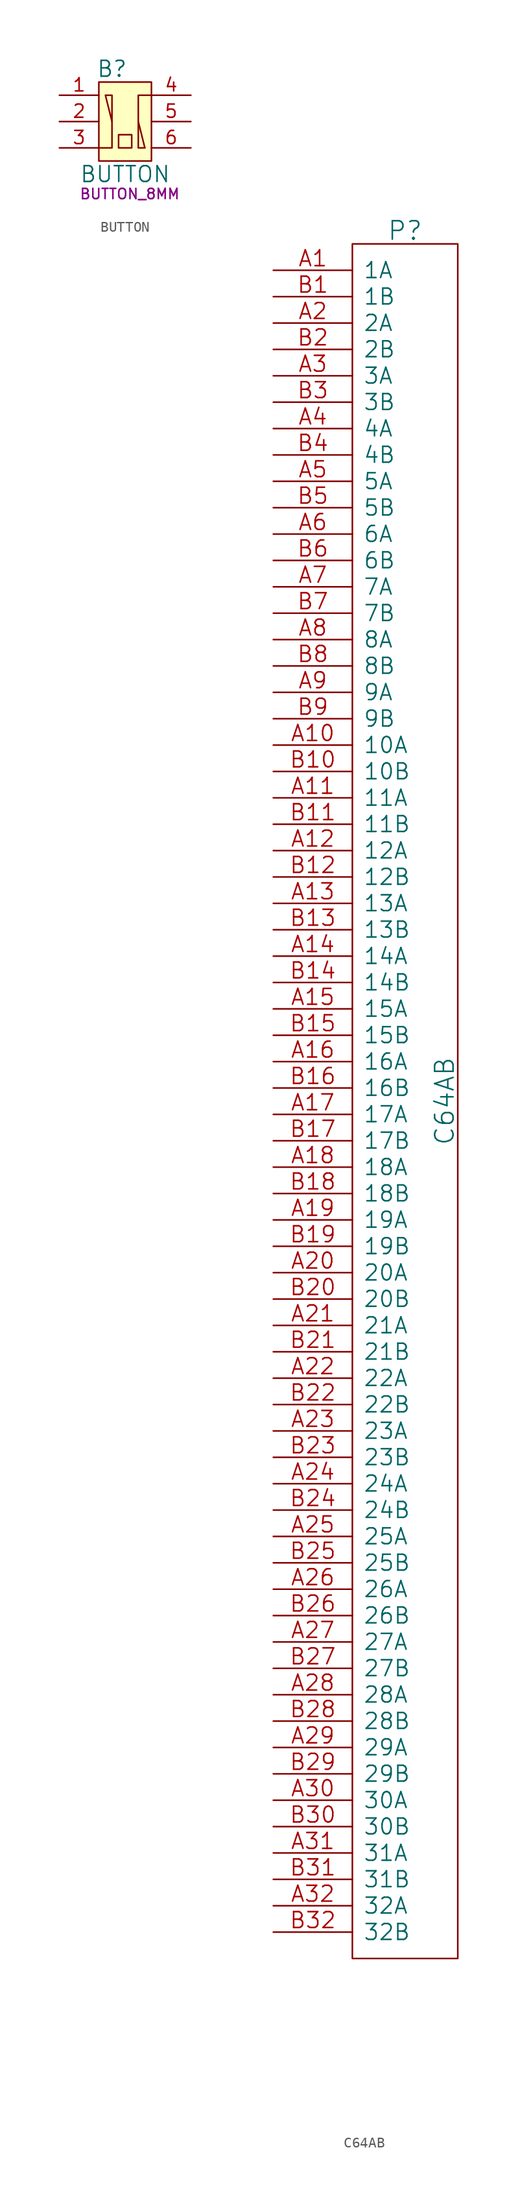
<source format=kicad_sym>
(kicad_symbol_lib
  (version 20220914)
  (generator kicad_symbol_editor)
  (symbol "BUTTON"
    (pin_names
      (offset 1.016))
    (property "Reference" "B"
      (at -1.27 5.08 0)
      (effects (font (size 1.524 1.524))))
    (property "Value" "BUTTON"
      (at 0 -5.08 0)
      (effects (font (size 1.524 1.524))))
    (property "Footprint" "BUTTON_8MM"
      (at -4.445 -6.985 0)
      (effects (font (size 0.991 0.991)) (justify left)))
    (symbol "BUTTON_0_1"
      (rectangle (start -2.54 3.81) (end 2.54 -3.81) (stroke (width 0) (type default)) (fill (type background)))
      (rectangle (start -0.635 -1.27) (end 0.635 -2.54) (stroke (width 0) (type default)) (fill (type none)))
      (polyline (pts (xy 1.905 -2.54) (xy 1.27 0)) (stroke (width 0) (type default)) (fill (type none)))
      (polyline (pts (xy -2.54 -2.54) (xy -1.27 -2.54) (xy -1.27 0)) (stroke (width 0) (type default)) (fill (type none)))
      (polyline (pts (xy -1.27 0) (xy -1.27 2.54) (xy -1.905 2.54) (xy -1.27 0)) (stroke (width 0) (type default)) (fill (type none)))
      (polyline (pts (xy 2.54 2.54) (xy 1.27 2.54) (xy 1.27 0) (xy 1.27 -2.54) (xy 1.905 -2.54)) (stroke (width 0) (type default)) (fill (type none))))
    (symbol "BUTTON_1_1"
      (pin bidirectional line (at -6.35 2.54 0) (length 3.81) (name "~" (effects (font (size 1.27 1.27)))) (number "1" (effects (font (size 1.27 1.27)))))
      (pin bidirectional line (at -6.35 0 0) (length 3.81) (name "~" (effects (font (size 1.27 1.27)))) (number "2" (effects (font (size 1.27 1.27)))))
      (pin bidirectional line (at -6.35 -2.54 0) (length 3.81) (name "~" (effects (font (size 1.27 1.27)))) (number "3" (effects (font (size 1.27 1.27)))))
      (pin bidirectional line (at 6.35 2.54 180) (length 3.81) (name "~" (effects (font (size 1.27 1.27)))) (number "4" (effects (font (size 1.27 1.27)))))
      (pin bidirectional line (at 6.35 0 180) (length 3.81) (name "~" (effects (font (size 1.27 1.27)))) (number "5" (effects (font (size 1.27 1.27)))))
      (pin bidirectional line (at 6.35 -2.54 180) (length 3.81) (name "~" (effects (font (size 1.27 1.27)))) (number "6" (effects (font (size 1.27 1.27)))))))
  (symbol "C64AB"
    (pin_names
      (offset 1.016))
    (property "Reference" "P"
      (at 0 83.82 0)
      (effects (font (size 1.778 1.778))))
    (property "Value" "C64AB"
      (at 3.81 0 90)
      (effects (font (size 1.778 1.778))))
    (property "Footprint" ""
      (at 0 0 0)
      (effects (font (size 1.524 1.524))))
    (property "Datasheet" ""
      (at 0 0 0)
      (effects (font (size 1.524 1.524))))
    (symbol "C64AB_0_1"
      (rectangle (start -5.08 -82.55) (end 5.08 82.55) (stroke (width 0) (type default)) (fill (type none))))
    (symbol "C64AB_1_1"
      (pin passive line (at -12.7 80.01 0) (length 7.62) (name "1A" (effects (font (size 1.524 1.524)))) (number "A1" (effects (font (size 1.524 1.524)))))
      (pin passive line (at -12.7 34.29 0) (length 7.62) (name "10A" (effects (font (size 1.524 1.524)))) (number "A10" (effects (font (size 1.524 1.524)))))
      (pin passive line (at -12.7 29.21 0) (length 7.62) (name "11A" (effects (font (size 1.524 1.524)))) (number "A11" (effects (font (size 1.524 1.524)))))
      (pin passive line (at -12.7 24.13 0) (length 7.62) (name "12A" (effects (font (size 1.524 1.524)))) (number "A12" (effects (font (size 1.524 1.524)))))
      (pin passive line (at -12.7 19.05 0) (length 7.62) (name "13A" (effects (font (size 1.524 1.524)))) (number "A13" (effects (font (size 1.524 1.524)))))
      (pin passive line (at -12.7 13.97 0) (length 7.62) (name "14A" (effects (font (size 1.524 1.524)))) (number "A14" (effects (font (size 1.524 1.524)))))
      (pin passive line (at -12.7 8.89 0) (length 7.62) (name "15A" (effects (font (size 1.524 1.524)))) (number "A15" (effects (font (size 1.524 1.524)))))
      (pin passive line (at -12.7 3.81 0) (length 7.62) (name "16A" (effects (font (size 1.524 1.524)))) (number "A16" (effects (font (size 1.524 1.524)))))
      (pin passive line (at -12.7 -1.27 0) (length 7.62) (name "17A" (effects (font (size 1.524 1.524)))) (number "A17" (effects (font (size 1.524 1.524)))))
      (pin passive line (at -12.7 -6.35 0) (length 7.62) (name "18A" (effects (font (size 1.524 1.524)))) (number "A18" (effects (font (size 1.524 1.524)))))
      (pin passive line (at -12.7 -11.43 0) (length 7.62) (name "19A" (effects (font (size 1.524 1.524)))) (number "A19" (effects (font (size 1.524 1.524)))))
      (pin passive line (at -12.7 74.93 0) (length 7.62) (name "2A" (effects (font (size 1.524 1.524)))) (number "A2" (effects (font (size 1.524 1.524)))))
      (pin passive line (at -12.7 -16.51 0) (length 7.62) (name "20A" (effects (font (size 1.524 1.524)))) (number "A20" (effects (font (size 1.524 1.524)))))
      (pin passive line (at -12.7 -21.59 0) (length 7.62) (name "21A" (effects (font (size 1.524 1.524)))) (number "A21" (effects (font (size 1.524 1.524)))))
      (pin passive line (at -12.7 -26.67 0) (length 7.62) (name "22A" (effects (font (size 1.524 1.524)))) (number "A22" (effects (font (size 1.524 1.524)))))
      (pin passive line (at -12.7 -31.75 0) (length 7.62) (name "23A" (effects (font (size 1.524 1.524)))) (number "A23" (effects (font (size 1.524 1.524)))))
      (pin passive line (at -12.7 -36.83 0) (length 7.62) (name "24A" (effects (font (size 1.524 1.524)))) (number "A24" (effects (font (size 1.524 1.524)))))
      (pin passive line (at -12.7 -41.91 0) (length 7.62) (name "25A" (effects (font (size 1.524 1.524)))) (number "A25" (effects (font (size 1.524 1.524)))))
      (pin passive line (at -12.7 -46.99 0) (length 7.62) (name "26A" (effects (font (size 1.524 1.524)))) (number "A26" (effects (font (size 1.524 1.524)))))
      (pin passive line (at -12.7 -52.07 0) (length 7.62) (name "27A" (effects (font (size 1.524 1.524)))) (number "A27" (effects (font (size 1.524 1.524)))))
      (pin passive line (at -12.7 -57.15 0) (length 7.62) (name "28A" (effects (font (size 1.524 1.524)))) (number "A28" (effects (font (size 1.524 1.524)))))
      (pin passive line (at -12.7 -62.23 0) (length 7.62) (name "29A" (effects (font (size 1.524 1.524)))) (number "A29" (effects (font (size 1.524 1.524)))))
      (pin passive line (at -12.7 69.85 0) (length 7.62) (name "3A" (effects (font (size 1.524 1.524)))) (number "A3" (effects (font (size 1.524 1.524)))))
      (pin passive line (at -12.7 -67.31 0) (length 7.62) (name "30A" (effects (font (size 1.524 1.524)))) (number "A30" (effects (font (size 1.524 1.524)))))
      (pin passive line (at -12.7 -72.39 0) (length 7.62) (name "31A" (effects (font (size 1.524 1.524)))) (number "A31" (effects (font (size 1.524 1.524)))))
      (pin passive line (at -12.7 -77.47 0) (length 7.62) (name "32A" (effects (font (size 1.524 1.524)))) (number "A32" (effects (font (size 1.524 1.524)))))
      (pin passive line (at -12.7 64.77 0) (length 7.62) (name "4A" (effects (font (size 1.524 1.524)))) (number "A4" (effects (font (size 1.524 1.524)))))
      (pin passive line (at -12.7 59.69 0) (length 7.62) (name "5A" (effects (font (size 1.524 1.524)))) (number "A5" (effects (font (size 1.524 1.524)))))
      (pin passive line (at -12.7 54.61 0) (length 7.62) (name "6A" (effects (font (size 1.524 1.524)))) (number "A6" (effects (font (size 1.524 1.524)))))
      (pin passive line (at -12.7 49.53 0) (length 7.62) (name "7A" (effects (font (size 1.524 1.524)))) (number "A7" (effects (font (size 1.524 1.524)))))
      (pin passive line (at -12.7 44.45 0) (length 7.62) (name "8A" (effects (font (size 1.524 1.524)))) (number "A8" (effects (font (size 1.524 1.524)))))
      (pin passive line (at -12.7 39.37 0) (length 7.62) (name "9A" (effects (font (size 1.524 1.524)))) (number "A9" (effects (font (size 1.524 1.524)))))
      (pin passive line (at -12.7 77.47 0) (length 7.62) (name "1B" (effects (font (size 1.524 1.524)))) (number "B1" (effects (font (size 1.524 1.524)))))
      (pin passive line (at -12.7 31.75 0) (length 7.62) (name "10B" (effects (font (size 1.524 1.524)))) (number "B10" (effects (font (size 1.524 1.524)))))
      (pin passive line (at -12.7 26.67 0) (length 7.62) (name "11B" (effects (font (size 1.524 1.524)))) (number "B11" (effects (font (size 1.524 1.524)))))
      (pin passive line (at -12.7 21.59 0) (length 7.62) (name "12B" (effects (font (size 1.524 1.524)))) (number "B12" (effects (font (size 1.524 1.524)))))
      (pin passive line (at -12.7 16.51 0) (length 7.62) (name "13B" (effects (font (size 1.524 1.524)))) (number "B13" (effects (font (size 1.524 1.524)))))
      (pin passive line (at -12.7 11.43 0) (length 7.62) (name "14B" (effects (font (size 1.524 1.524)))) (number "B14" (effects (font (size 1.524 1.524)))))
      (pin passive line (at -12.7 6.35 0) (length 7.62) (name "15B" (effects (font (size 1.524 1.524)))) (number "B15" (effects (font (size 1.524 1.524)))))
      (pin passive line (at -12.7 1.27 0) (length 7.62) (name "16B" (effects (font (size 1.524 1.524)))) (number "B16" (effects (font (size 1.524 1.524)))))
      (pin passive line (at -12.7 -3.81 0) (length 7.62) (name "17B" (effects (font (size 1.524 1.524)))) (number "B17" (effects (font (size 1.524 1.524)))))
      (pin passive line (at -12.7 -8.89 0) (length 7.62) (name "18B" (effects (font (size 1.524 1.524)))) (number "B18" (effects (font (size 1.524 1.524)))))
      (pin passive line (at -12.7 -13.97 0) (length 7.62) (name "19B" (effects (font (size 1.524 1.524)))) (number "B19" (effects (font (size 1.524 1.524)))))
      (pin passive line (at -12.7 72.39 0) (length 7.62) (name "2B" (effects (font (size 1.524 1.524)))) (number "B2" (effects (font (size 1.524 1.524)))))
      (pin passive line (at -12.7 -19.05 0) (length 7.62) (name "20B" (effects (font (size 1.524 1.524)))) (number "B20" (effects (font (size 1.524 1.524)))))
      (pin passive line (at -12.7 -24.13 0) (length 7.62) (name "21B" (effects (font (size 1.524 1.524)))) (number "B21" (effects (font (size 1.524 1.524)))))
      (pin passive line (at -12.7 -29.21 0) (length 7.62) (name "22B" (effects (font (size 1.524 1.524)))) (number "B22" (effects (font (size 1.524 1.524)))))
      (pin passive line (at -12.7 -34.29 0) (length 7.62) (name "23B" (effects (font (size 1.524 1.524)))) (number "B23" (effects (font (size 1.524 1.524)))))
      (pin passive line (at -12.7 -39.37 0) (length 7.62) (name "24B" (effects (font (size 1.524 1.524)))) (number "B24" (effects (font (size 1.524 1.524)))))
      (pin passive line (at -12.7 -44.45 0) (length 7.62) (name "25B" (effects (font (size 1.524 1.524)))) (number "B25" (effects (font (size 1.524 1.524)))))
      (pin passive line (at -12.7 -49.53 0) (length 7.62) (name "26B" (effects (font (size 1.524 1.524)))) (number "B26" (effects (font (size 1.524 1.524)))))
      (pin passive line (at -12.7 -54.61 0) (length 7.62) (name "27B" (effects (font (size 1.524 1.524)))) (number "B27" (effects (font (size 1.524 1.524)))))
      (pin passive line (at -12.7 -59.69 0) (length 7.62) (name "28B" (effects (font (size 1.524 1.524)))) (number "B28" (effects (font (size 1.524 1.524)))))
      (pin passive line (at -12.7 -64.77 0) (length 7.62) (name "29B" (effects (font (size 1.524 1.524)))) (number "B29" (effects (font (size 1.524 1.524)))))
      (pin passive line (at -12.7 67.31 0) (length 7.62) (name "3B" (effects (font (size 1.524 1.524)))) (number "B3" (effects (font (size 1.524 1.524)))))
      (pin passive line (at -12.7 -69.85 0) (length 7.62) (name "30B" (effects (font (size 1.524 1.524)))) (number "B30" (effects (font (size 1.524 1.524)))))
      (pin passive line (at -12.7 -74.93 0) (length 7.62) (name "31B" (effects (font (size 1.524 1.524)))) (number "B31" (effects (font (size 1.524 1.524)))))
      (pin passive line (at -12.7 -80.01 0) (length 7.62) (name "32B" (effects (font (size 1.524 1.524)))) (number "B32" (effects (font (size 1.524 1.524)))))
      (pin passive line (at -12.7 62.23 0) (length 7.62) (name "4B" (effects (font (size 1.524 1.524)))) (number "B4" (effects (font (size 1.524 1.524)))))
      (pin passive line (at -12.7 57.15 0) (length 7.62) (name "5B" (effects (font (size 1.524 1.524)))) (number "B5" (effects (font (size 1.524 1.524)))))
      (pin passive line (at -12.7 52.07 0) (length 7.62) (name "6B" (effects (font (size 1.524 1.524)))) (number "B6" (effects (font (size 1.524 1.524)))))
      (pin passive line (at -12.7 46.99 0) (length 7.62) (name "7B" (effects (font (size 1.524 1.524)))) (number "B7" (effects (font (size 1.524 1.524)))))
      (pin passive line (at -12.7 41.91 0) (length 7.62) (name "8B" (effects (font (size 1.524 1.524)))) (number "B8" (effects (font (size 1.524 1.524)))))
      (pin passive line (at -12.7 36.83 0) (length 7.62) (name "9B" (effects (font (size 1.524 1.524)))) (number "B9" (effects (font (size 1.524 1.524))))))))
</source>
